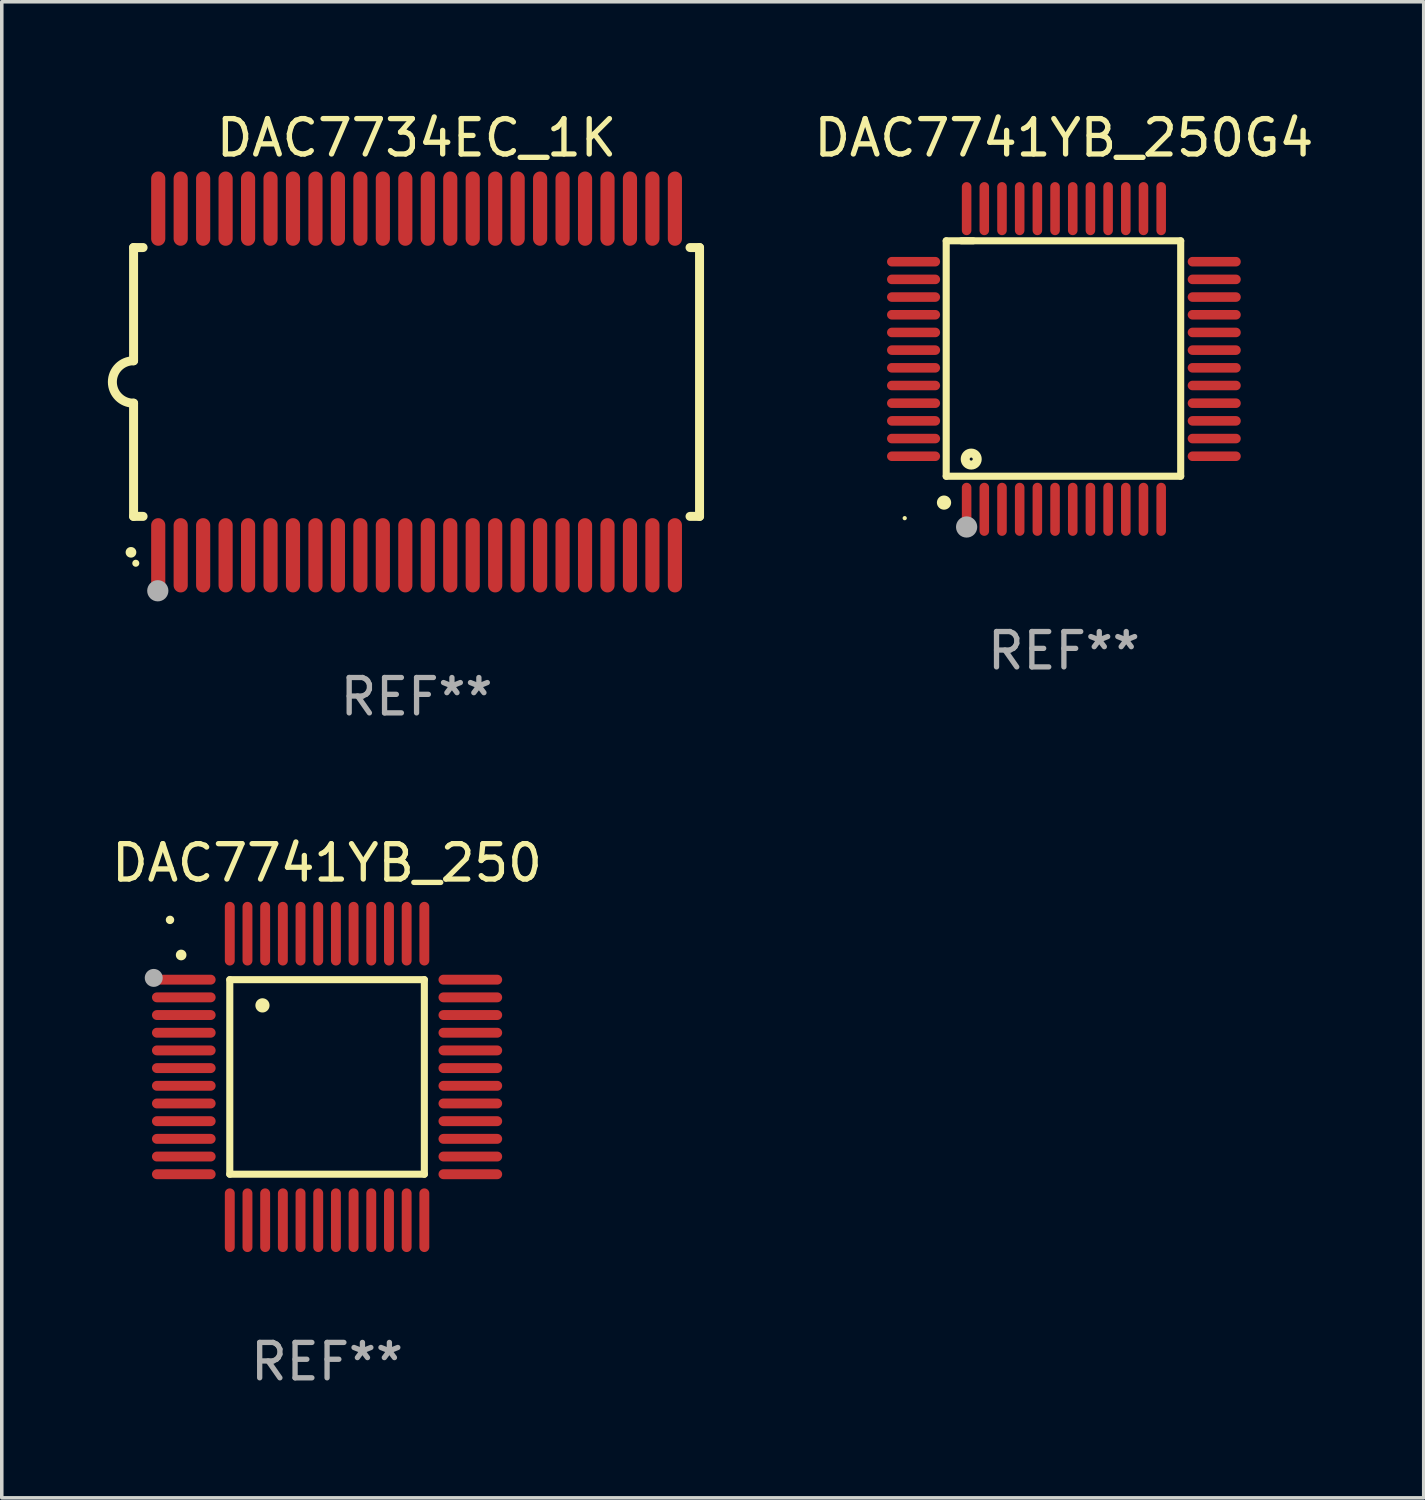
<source format=kicad_pcb>
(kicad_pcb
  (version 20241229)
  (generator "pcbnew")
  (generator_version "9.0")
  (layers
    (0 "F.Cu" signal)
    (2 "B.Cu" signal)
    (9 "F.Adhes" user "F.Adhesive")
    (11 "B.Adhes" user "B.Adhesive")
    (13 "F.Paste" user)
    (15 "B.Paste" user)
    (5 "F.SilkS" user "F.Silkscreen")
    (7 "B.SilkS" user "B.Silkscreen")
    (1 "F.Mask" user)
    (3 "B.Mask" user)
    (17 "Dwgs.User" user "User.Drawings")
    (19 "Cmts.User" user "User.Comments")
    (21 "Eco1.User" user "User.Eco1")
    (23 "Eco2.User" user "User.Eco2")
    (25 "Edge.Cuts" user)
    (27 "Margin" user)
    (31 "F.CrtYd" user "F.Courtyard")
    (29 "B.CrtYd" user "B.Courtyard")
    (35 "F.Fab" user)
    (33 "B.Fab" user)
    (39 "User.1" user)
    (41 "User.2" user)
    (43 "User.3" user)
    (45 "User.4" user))
  (footprint "DAC7741YB_250G4"
    (layer "F.Cu")
    (at 27.026 7.098)
    (property "Reference" "DAC7741YB_250G4" (at 0 -6.25 0) (layer "F.SilkS") (effects (font (size 1 1) (thickness 0.15))))
    (attr through_hole)
    (fp_line (start -3.327 -3.34) (end -2.565 -3.34) (stroke (width 0.2) (type solid)) (layer "F.SilkS"))
    (fp_line (start -3.327 3.315) (end -3.327 -3.34) (stroke (width 0.2) (type solid)) (layer "F.SilkS"))
    (fp_line (start -2.896 -3.34) (end 3.302 -3.34) (stroke (width 0.2) (type solid)) (layer "F.SilkS"))
    (fp_line (start 3.302 -3.34) (end 3.302 3.315) (stroke (width 0.2) (type solid)) (layer "F.SilkS"))
    (fp_line (start 3.302 3.315) (end -3.327 3.315) (stroke (width 0.2) (type solid)) (layer "F.SilkS"))
    (fp_arc (start -3.389992 4.059995) (mid -3.388722 4.059991) (end -3.387452 4.059995) (stroke (width 0.4) (type solid)) (layer "F.SilkS"))
    (fp_circle (center -4.5 4.5) (end -4.47 4.5) (stroke (width 0.06) (type solid)) (fill no) (layer "F.SilkS"))
    (fp_circle (center -2.62 2.83) (end -2.45 2.83) (stroke (width 0.254) (type solid)) (fill no) (layer "F.SilkS"))
    (fp_circle (center -2.75 4.75) (end -2.6 4.75) (stroke (width 0.3) (type solid)) (fill no) (layer "F.Fab"))
    (fp_text user "REF**" (at 0 8.25 0) (layer "F.Fab") (effects (font (size 1 1) (thickness 0.15))))
    (pad "1" smd oval (at -2.75 4.25) (size 0.27 1.5) (layers "F.Cu" "F.Mask" "F.Paste"))
    (pad "2" smd oval (at -2.25 4.25) (size 0.27 1.5) (layers "F.Cu" "F.Mask" "F.Paste"))
    (pad "3" smd oval (at -1.75 4.25) (size 0.27 1.5) (layers "F.Cu" "F.Mask" "F.Paste"))
    (pad "4" smd oval (at -1.25 4.25) (size 0.27 1.5) (layers "F.Cu" "F.Mask" "F.Paste"))
    (pad "5" smd oval (at -0.75 4.25) (size 0.27 1.5) (layers "F.Cu" "F.Mask" "F.Paste"))
    (pad "6" smd oval (at -0.25 4.25) (size 0.27 1.5) (layers "F.Cu" "F.Mask" "F.Paste"))
    (pad "7" smd oval (at 0.25 4.25) (size 0.27 1.5) (layers "F.Cu" "F.Mask" "F.Paste"))
    (pad "8" smd oval (at 0.75 4.25) (size 0.27 1.5) (layers "F.Cu" "F.Mask" "F.Paste"))
    (pad "9" smd oval (at 1.25 4.25) (size 0.27 1.5) (layers "F.Cu" "F.Mask" "F.Paste"))
    (pad "10" smd oval (at 1.75 4.25) (size 0.27 1.5) (layers "F.Cu" "F.Mask" "F.Paste"))
    (pad "11" smd oval (at 2.25 4.25) (size 0.27 1.5) (layers "F.Cu" "F.Mask" "F.Paste"))
    (pad "12" smd oval (at 2.75 4.25) (size 0.27 1.5) (layers "F.Cu" "F.Mask" "F.Paste"))
    (pad "13" smd oval (at 4.25 2.75) (size 1.5 0.27) (layers "F.Cu" "F.Mask" "F.Paste"))
    (pad "14" smd oval (at 4.25 2.25) (size 1.5 0.27) (layers "F.Cu" "F.Mask" "F.Paste"))
    (pad "15" smd oval (at 4.25 1.75) (size 1.5 0.27) (layers "F.Cu" "F.Mask" "F.Paste"))
    (pad "16" smd oval (at 4.25 1.25) (size 1.5 0.27) (layers "F.Cu" "F.Mask" "F.Paste"))
    (pad "17" smd oval (at 4.25 0.75) (size 1.5 0.27) (layers "F.Cu" "F.Mask" "F.Paste"))
    (pad "18" smd oval (at 4.25 0.25) (size 1.5 0.27) (layers "F.Cu" "F.Mask" "F.Paste"))
    (pad "19" smd oval (at 4.25 -0.25) (size 1.5 0.27) (layers "F.Cu" "F.Mask" "F.Paste"))
    (pad "20" smd oval (at 4.25 -0.75) (size 1.5 0.27) (layers "F.Cu" "F.Mask" "F.Paste"))
    (pad "21" smd oval (at 4.25 -1.25) (size 1.5 0.27) (layers "F.Cu" "F.Mask" "F.Paste"))
    (pad "22" smd oval (at 4.25 -1.75) (size 1.5 0.27) (layers "F.Cu" "F.Mask" "F.Paste"))
    (pad "23" smd oval (at 4.25 -2.25) (size 1.5 0.27) (layers "F.Cu" "F.Mask" "F.Paste"))
    (pad "24" smd oval (at 4.25 -2.75) (size 1.5 0.27) (layers "F.Cu" "F.Mask" "F.Paste"))
    (pad "25" smd oval (at 2.75 -4.25) (size 0.27 1.5) (layers "F.Cu" "F.Mask" "F.Paste"))
    (pad "26" smd oval (at 2.25 -4.25) (size 0.27 1.5) (layers "F.Cu" "F.Mask" "F.Paste"))
    (pad "27" smd oval (at 1.75 -4.25) (size 0.27 1.5) (layers "F.Cu" "F.Mask" "F.Paste"))
    (pad "28" smd oval (at 1.25 -4.25) (size 0.27 1.5) (layers "F.Cu" "F.Mask" "F.Paste"))
    (pad "29" smd oval (at 0.75 -4.25) (size 0.27 1.5) (layers "F.Cu" "F.Mask" "F.Paste"))
    (pad "30" smd oval (at 0.25 -4.25) (size 0.27 1.5) (layers "F.Cu" "F.Mask" "F.Paste"))
    (pad "31" smd oval (at -0.25 -4.25) (size 0.27 1.5) (layers "F.Cu" "F.Mask" "F.Paste"))
    (pad "32" smd oval (at -0.75 -4.25) (size 0.27 1.5) (layers "F.Cu" "F.Mask" "F.Paste"))
    (pad "33" smd oval (at -1.25 -4.25) (size 0.27 1.5) (layers "F.Cu" "F.Mask" "F.Paste"))
    (pad "34" smd oval (at -1.75 -4.25) (size 0.27 1.5) (layers "F.Cu" "F.Mask" "F.Paste"))
    (pad "35" smd oval (at -2.25 -4.25) (size 0.27 1.5) (layers "F.Cu" "F.Mask" "F.Paste"))
    (pad "36" smd oval (at -2.75 -4.25) (size 0.27 1.5) (layers "F.Cu" "F.Mask" "F.Paste"))
    (pad "37" smd oval (at -4.25 -2.75) (size 1.5 0.27) (layers "F.Cu" "F.Mask" "F.Paste"))
    (pad "38" smd oval (at -4.25 -2.25) (size 1.5 0.27) (layers "F.Cu" "F.Mask" "F.Paste"))
    (pad "39" smd oval (at -4.25 -1.75) (size 1.5 0.27) (layers "F.Cu" "F.Mask" "F.Paste"))
    (pad "40" smd oval (at -4.25 -1.25) (size 1.5 0.27) (layers "F.Cu" "F.Mask" "F.Paste"))
    (pad "41" smd oval (at -4.25 -0.75) (size 1.5 0.27) (layers "F.Cu" "F.Mask" "F.Paste"))
    (pad "42" smd oval (at -4.25 -0.25) (size 1.5 0.27) (layers "F.Cu" "F.Mask" "F.Paste"))
    (pad "43" smd oval (at -4.25 0.25) (size 1.5 0.27) (layers "F.Cu" "F.Mask" "F.Paste"))
    (pad "44" smd oval (at -4.25 0.75) (size 1.5 0.27) (layers "F.Cu" "F.Mask" "F.Paste"))
    (pad "45" smd oval (at -4.25 1.25) (size 1.5 0.27) (layers "F.Cu" "F.Mask" "F.Paste"))
    (pad "46" smd oval (at -4.25 1.75) (size 1.5 0.27) (layers "F.Cu" "F.Mask" "F.Paste"))
    (pad "47" smd oval (at -4.25 2.25) (size 1.5 0.27) (layers "F.Cu" "F.Mask" "F.Paste"))
    (pad "48" smd oval (at -4.25 2.75) (size 1.5 0.27) (layers "F.Cu" "F.Mask" "F.Paste")))
  (footprint "DAC7734EC_1K"
    (layer "F.Cu")
    (at 8.726 7.748)
    (property "Reference" "DAC7734EC_1K" (at 0 -6.9 0) (layer "F.SilkS") (effects (font (size 1 1) (thickness 0.15))))
    (attr through_hole)
    (fp_line (start -8 -3.8) (end -8 -0.599) (stroke (width 0.254) (type solid)) (layer "F.SilkS"))
    (fp_line (start -8 -3.8) (end -7.731 -3.8) (stroke (width 0.254) (type solid)) (layer "F.SilkS"))
    (fp_line (start -8 3.8) (end -8 0.599) (stroke (width 0.254) (type solid)) (layer "F.SilkS"))
    (fp_line (start -7.731 3.8) (end -8 3.8) (stroke (width 0.254) (type solid)) (layer "F.SilkS"))
    (fp_line (start 7.731 -3.8) (end 8 -3.8) (stroke (width 0.254) (type solid)) (layer "F.SilkS"))
    (fp_line (start 8 -3.8) (end 8 3.8) (stroke (width 0.254) (type solid)) (layer "F.SilkS"))
    (fp_line (start 8 3.8) (end 7.731 3.8) (stroke (width 0.254) (type solid)) (layer "F.SilkS"))
    (fp_arc (start -8.074676 4.81585) (mid -8.073406 4.815845) (end -8.072136 4.81585) (stroke (width 0.3) (type solid)) (layer "F.SilkS"))
    (fp_arc (start -8.000025 0.6) (mid -8.598908 0.00056) (end -8.000027 -0.598882) (stroke (width 0.254001) (type solid)) (layer "F.SilkS"))
    (fp_circle (center -7.937 5.125) (end -7.887 5.125) (stroke (width 0.1) (type solid)) (fill no) (layer "F.SilkS"))
    (fp_circle (center -7.315 5.903) (end -7.165 5.903) (stroke (width 0.3) (type solid)) (fill no) (layer "F.Fab"))
    (fp_text user "REF**" (at 0 8.9 0) (layer "F.Fab") (effects (font (size 1 1) (thickness 0.15))))
    (pad "1" smd oval (at -7.303 4.9) (size 0.4 2.1) (layers "F.Cu" "F.Mask" "F.Paste"))
    (pad "2" smd oval (at -6.668 4.9) (size 0.4 2.1) (layers "F.Cu" "F.Mask" "F.Paste"))
    (pad "3" smd oval (at -6.033 4.9) (size 0.4 2.1) (layers "F.Cu" "F.Mask" "F.Paste"))
    (pad "4" smd oval (at -5.398 4.9) (size 0.4 2.1) (layers "F.Cu" "F.Mask" "F.Paste"))
    (pad "5" smd oval (at -4.763 4.9) (size 0.4 2.1) (layers "F.Cu" "F.Mask" "F.Paste"))
    (pad "6" smd oval (at -4.128 4.9) (size 0.4 2.1) (layers "F.Cu" "F.Mask" "F.Paste"))
    (pad "7" smd oval (at -3.493 4.9) (size 0.4 2.1) (layers "F.Cu" "F.Mask" "F.Paste"))
    (pad "8" smd oval (at -2.858 4.9) (size 0.4 2.1) (layers "F.Cu" "F.Mask" "F.Paste"))
    (pad "9" smd oval (at -2.223 4.9) (size 0.4 2.1) (layers "F.Cu" "F.Mask" "F.Paste"))
    (pad "10" smd oval (at -1.588 4.9) (size 0.4 2.1) (layers "F.Cu" "F.Mask" "F.Paste"))
    (pad "11" smd oval (at -0.953 4.9) (size 0.4 2.1) (layers "F.Cu" "F.Mask" "F.Paste"))
    (pad "12" smd oval (at -0.318 4.9) (size 0.4 2.1) (layers "F.Cu" "F.Mask" "F.Paste"))
    (pad "13" smd oval (at 0.318 4.9) (size 0.4 2.1) (layers "F.Cu" "F.Mask" "F.Paste"))
    (pad "14" smd oval (at 0.953 4.9) (size 0.4 2.1) (layers "F.Cu" "F.Mask" "F.Paste"))
    (pad "15" smd oval (at 1.588 4.9) (size 0.4 2.1) (layers "F.Cu" "F.Mask" "F.Paste"))
    (pad "16" smd oval (at 2.223 4.9) (size 0.4 2.1) (layers "F.Cu" "F.Mask" "F.Paste"))
    (pad "17" smd oval (at 2.858 4.9) (size 0.4 2.1) (layers "F.Cu" "F.Mask" "F.Paste"))
    (pad "18" smd oval (at 3.493 4.9) (size 0.4 2.1) (layers "F.Cu" "F.Mask" "F.Paste"))
    (pad "19" smd oval (at 4.128 4.9) (size 0.4 2.1) (layers "F.Cu" "F.Mask" "F.Paste"))
    (pad "20" smd oval (at 4.763 4.9) (size 0.4 2.1) (layers "F.Cu" "F.Mask" "F.Paste"))
    (pad "21" smd oval (at 5.398 4.9) (size 0.4 2.1) (layers "F.Cu" "F.Mask" "F.Paste"))
    (pad "22" smd oval (at 6.033 4.9) (size 0.4 2.1) (layers "F.Cu" "F.Mask" "F.Paste"))
    (pad "23" smd oval (at 6.668 4.9) (size 0.4 2.1) (layers "F.Cu" "F.Mask" "F.Paste"))
    (pad "24" smd oval (at 7.303 4.9) (size 0.4 2.1) (layers "F.Cu" "F.Mask" "F.Paste"))
    (pad "25" smd oval (at 7.303 -4.9 180) (size 0.4 2.1) (layers "F.Cu" "F.Mask" "F.Paste"))
    (pad "26" smd oval (at 6.668 -4.9 180) (size 0.4 2.1) (layers "F.Cu" "F.Mask" "F.Paste"))
    (pad "27" smd oval (at 6.033 -4.9 180) (size 0.4 2.1) (layers "F.Cu" "F.Mask" "F.Paste"))
    (pad "28" smd oval (at 5.398 -4.9 180) (size 0.4 2.1) (layers "F.Cu" "F.Mask" "F.Paste"))
    (pad "29" smd oval (at 4.763 -4.9 180) (size 0.4 2.1) (layers "F.Cu" "F.Mask" "F.Paste"))
    (pad "30" smd oval (at 4.128 -4.9 180) (size 0.4 2.1) (layers "F.Cu" "F.Mask" "F.Paste"))
    (pad "31" smd oval (at 3.493 -4.9 180) (size 0.4 2.1) (layers "F.Cu" "F.Mask" "F.Paste"))
    (pad "32" smd oval (at 2.858 -4.9 180) (size 0.4 2.1) (layers "F.Cu" "F.Mask" "F.Paste"))
    (pad "33" smd oval (at 2.223 -4.9 180) (size 0.4 2.1) (layers "F.Cu" "F.Mask" "F.Paste"))
    (pad "34" smd oval (at 1.588 -4.9 180) (size 0.4 2.1) (layers "F.Cu" "F.Mask" "F.Paste"))
    (pad "35" smd oval (at 0.953 -4.9 180) (size 0.4 2.1) (layers "F.Cu" "F.Mask" "F.Paste"))
    (pad "36" smd oval (at 0.318 -4.9 180) (size 0.4 2.1) (layers "F.Cu" "F.Mask" "F.Paste"))
    (pad "37" smd oval (at -0.318 -4.9 180) (size 0.4 2.1) (layers "F.Cu" "F.Mask" "F.Paste"))
    (pad "38" smd oval (at -0.953 -4.9 180) (size 0.4 2.1) (layers "F.Cu" "F.Mask" "F.Paste"))
    (pad "39" smd oval (at -1.588 -4.9 180) (size 0.4 2.1) (layers "F.Cu" "F.Mask" "F.Paste"))
    (pad "40" smd oval (at -2.223 -4.9 180) (size 0.4 2.1) (layers "F.Cu" "F.Mask" "F.Paste"))
    (pad "41" smd oval (at -2.858 -4.9 180) (size 0.4 2.1) (layers "F.Cu" "F.Mask" "F.Paste"))
    (pad "42" smd oval (at -3.493 -4.9 180) (size 0.4 2.1) (layers "F.Cu" "F.Mask" "F.Paste"))
    (pad "43" smd oval (at -4.128 -4.9 180) (size 0.4 2.1) (layers "F.Cu" "F.Mask" "F.Paste"))
    (pad "44" smd oval (at -4.763 -4.9 180) (size 0.4 2.1) (layers "F.Cu" "F.Mask" "F.Paste"))
    (pad "45" smd oval (at -5.398 -4.9 180) (size 0.4 2.1) (layers "F.Cu" "F.Mask" "F.Paste"))
    (pad "46" smd oval (at -6.033 -4.9 180) (size 0.4 2.1) (layers "F.Cu" "F.Mask" "F.Paste"))
    (pad "47" smd oval (at -6.668 -4.9 180) (size 0.4 2.1) (layers "F.Cu" "F.Mask" "F.Paste"))
    (pad "48" smd oval (at -7.303 -4.9 180) (size 0.4 2.1) (layers "F.Cu" "F.Mask" "F.Paste")))
  (footprint "DAC7741YB_250"
    (layer "F.Cu")
    (at 6.196 27.395)
    (property "Reference" "DAC7741YB_250" (at 0 -6.05 0) (layer "F.SilkS") (effects (font (size 1 1) (thickness 0.15))))
    (attr through_hole)
    (fp_line (start -2.75 -2.75) (end 2.75 -2.75) (stroke (width 0.2) (type solid)) (layer "F.SilkS"))
    (fp_line (start -2.75 2.75) (end -2.75 -2.75) (stroke (width 0.2) (type solid)) (layer "F.SilkS"))
    (fp_line (start 2.75 -2.75) (end 2.75 2.75) (stroke (width 0.2) (type solid)) (layer "F.SilkS"))
    (fp_line (start 2.75 2.75) (end -2.75 2.75) (stroke (width 0.2) (type solid)) (layer "F.SilkS"))
    (fp_arc (start -4.124968 -3.446787) (mid -4.124973 -3.448057) (end -4.124968 -3.449327) (stroke (width 0.3) (type solid)) (layer "F.SilkS"))
    (fp_arc (start -1.826264 -2.021844) (mid -1.826268 -2.023114) (end -1.826264 -2.024384) (stroke (width 0.4) (type solid)) (layer "F.SilkS"))
    (fp_circle (center -4.44 -4.44) (end -4.38 -4.44) (stroke (width 0.12) (type solid)) (fill no) (layer "F.SilkS"))
    (fp_circle (center -4.9 -2.8) (end -4.773 -2.8) (stroke (width 0.254) (type solid)) (fill no) (layer "F.Fab"))
    (fp_text user "REF**" (at 0 8.05 0) (layer "F.Fab") (effects (font (size 1 1) (thickness 0.15))))
    (pad "1" smd oval (at -4.05 -2.75 90) (size 0.28 1.8) (layers "F.Cu" "F.Mask" "F.Paste"))
    (pad "2" smd oval (at -4.05 -2.25 90) (size 0.28 1.8) (layers "F.Cu" "F.Mask" "F.Paste"))
    (pad "3" smd oval (at -4.05 -1.75 90) (size 0.28 1.8) (layers "F.Cu" "F.Mask" "F.Paste"))
    (pad "4" smd oval (at -4.05 -1.25 90) (size 0.28 1.8) (layers "F.Cu" "F.Mask" "F.Paste"))
    (pad "5" smd oval (at -4.05 -0.75 90) (size 0.28 1.8) (layers "F.Cu" "F.Mask" "F.Paste"))
    (pad "6" smd oval (at -4.05 -0.25 90) (size 0.28 1.8) (layers "F.Cu" "F.Mask" "F.Paste"))
    (pad "7" smd oval (at -4.05 0.25 90) (size 0.28 1.8) (layers "F.Cu" "F.Mask" "F.Paste"))
    (pad "8" smd oval (at -4.05 0.75 90) (size 0.28 1.8) (layers "F.Cu" "F.Mask" "F.Paste"))
    (pad "9" smd oval (at -4.05 1.25 90) (size 0.28 1.8) (layers "F.Cu" "F.Mask" "F.Paste"))
    (pad "10" smd oval (at -4.05 1.75 90) (size 0.28 1.8) (layers "F.Cu" "F.Mask" "F.Paste"))
    (pad "11" smd oval (at -4.05 2.25 90) (size 0.28 1.8) (layers "F.Cu" "F.Mask" "F.Paste"))
    (pad "12" smd oval (at -4.05 2.75 90) (size 0.28 1.8) (layers "F.Cu" "F.Mask" "F.Paste"))
    (pad "13" smd oval (at -2.75 4.05) (size 0.28 1.8) (layers "F.Cu" "F.Mask" "F.Paste"))
    (pad "14" smd oval (at -2.25 4.05) (size 0.28 1.8) (layers "F.Cu" "F.Mask" "F.Paste"))
    (pad "15" smd oval (at -1.75 4.05) (size 0.28 1.8) (layers "F.Cu" "F.Mask" "F.Paste"))
    (pad "16" smd oval (at -1.25 4.05) (size 0.28 1.8) (layers "F.Cu" "F.Mask" "F.Paste"))
    (pad "17" smd oval (at -0.75 4.05) (size 0.28 1.8) (layers "F.Cu" "F.Mask" "F.Paste"))
    (pad "18" smd oval (at -0.25 4.05) (size 0.28 1.8) (layers "F.Cu" "F.Mask" "F.Paste"))
    (pad "19" smd oval (at 0.25 4.05) (size 0.28 1.8) (layers "F.Cu" "F.Mask" "F.Paste"))
    (pad "20" smd oval (at 0.75 4.05) (size 0.28 1.8) (layers "F.Cu" "F.Mask" "F.Paste"))
    (pad "21" smd oval (at 1.25 4.05) (size 0.28 1.8) (layers "F.Cu" "F.Mask" "F.Paste"))
    (pad "22" smd oval (at 1.75 4.05) (size 0.28 1.8) (layers "F.Cu" "F.Mask" "F.Paste"))
    (pad "23" smd oval (at 2.25 4.05) (size 0.28 1.8) (layers "F.Cu" "F.Mask" "F.Paste"))
    (pad "24" smd oval (at 2.75 4.05) (size 0.28 1.8) (layers "F.Cu" "F.Mask" "F.Paste"))
    (pad "25" smd oval (at 4.05 2.75 90) (size 0.28 1.8) (layers "F.Cu" "F.Mask" "F.Paste"))
    (pad "26" smd oval (at 4.05 2.25 90) (size 0.28 1.8) (layers "F.Cu" "F.Mask" "F.Paste"))
    (pad "27" smd oval (at 4.05 1.75 90) (size 0.28 1.8) (layers "F.Cu" "F.Mask" "F.Paste"))
    (pad "28" smd oval (at 4.05 1.25 90) (size 0.28 1.8) (layers "F.Cu" "F.Mask" "F.Paste"))
    (pad "29" smd oval (at 4.05 0.75 90) (size 0.28 1.8) (layers "F.Cu" "F.Mask" "F.Paste"))
    (pad "30" smd oval (at 4.05 0.25 90) (size 0.28 1.8) (layers "F.Cu" "F.Mask" "F.Paste"))
    (pad "31" smd oval (at 4.05 -0.25 90) (size 0.28 1.8) (layers "F.Cu" "F.Mask" "F.Paste"))
    (pad "32" smd oval (at 4.05 -0.75 90) (size 0.28 1.8) (layers "F.Cu" "F.Mask" "F.Paste"))
    (pad "33" smd oval (at 4.05 -1.25 90) (size 0.28 1.8) (layers "F.Cu" "F.Mask" "F.Paste"))
    (pad "34" smd oval (at 4.05 -1.75 90) (size 0.28 1.8) (layers "F.Cu" "F.Mask" "F.Paste"))
    (pad "35" smd oval (at 4.05 -2.25 90) (size 0.28 1.8) (layers "F.Cu" "F.Mask" "F.Paste"))
    (pad "36" smd oval (at 4.05 -2.75 90) (size 0.28 1.8) (layers "F.Cu" "F.Mask" "F.Paste"))
    (pad "37" smd oval (at 2.75 -4.05) (size 0.28 1.8) (layers "F.Cu" "F.Mask" "F.Paste"))
    (pad "38" smd oval (at 2.25 -4.05) (size 0.28 1.8) (layers "F.Cu" "F.Mask" "F.Paste"))
    (pad "39" smd oval (at 1.75 -4.05) (size 0.28 1.8) (layers "F.Cu" "F.Mask" "F.Paste"))
    (pad "40" smd oval (at 1.25 -4.05) (size 0.28 1.8) (layers "F.Cu" "F.Mask" "F.Paste"))
    (pad "41" smd oval (at 0.75 -4.05) (size 0.28 1.8) (layers "F.Cu" "F.Mask" "F.Paste"))
    (pad "42" smd oval (at 0.25 -4.05) (size 0.28 1.8) (layers "F.Cu" "F.Mask" "F.Paste"))
    (pad "43" smd oval (at -0.25 -4.05) (size 0.28 1.8) (layers "F.Cu" "F.Mask" "F.Paste"))
    (pad "44" smd oval (at -0.75 -4.05) (size 0.28 1.8) (layers "F.Cu" "F.Mask" "F.Paste"))
    (pad "45" smd oval (at -1.25 -4.05) (size 0.28 1.8) (layers "F.Cu" "F.Mask" "F.Paste"))
    (pad "46" smd oval (at -1.75 -4.05) (size 0.28 1.8) (layers "F.Cu" "F.Mask" "F.Paste"))
    (pad "47" smd oval (at -2.25 -4.05) (size 0.28 1.8) (layers "F.Cu" "F.Mask" "F.Paste"))
    (pad "48" smd oval (at -2.75 -4.05) (size 0.28 1.8) (layers "F.Cu" "F.Mask" "F.Paste")))
  (gr_rect
    (start -3 -3)
    (end 37.198 39.293)
    (stroke (width 0.1) (type default))
    (fill no)
    (layer "Edge.Cuts")))
</source>
